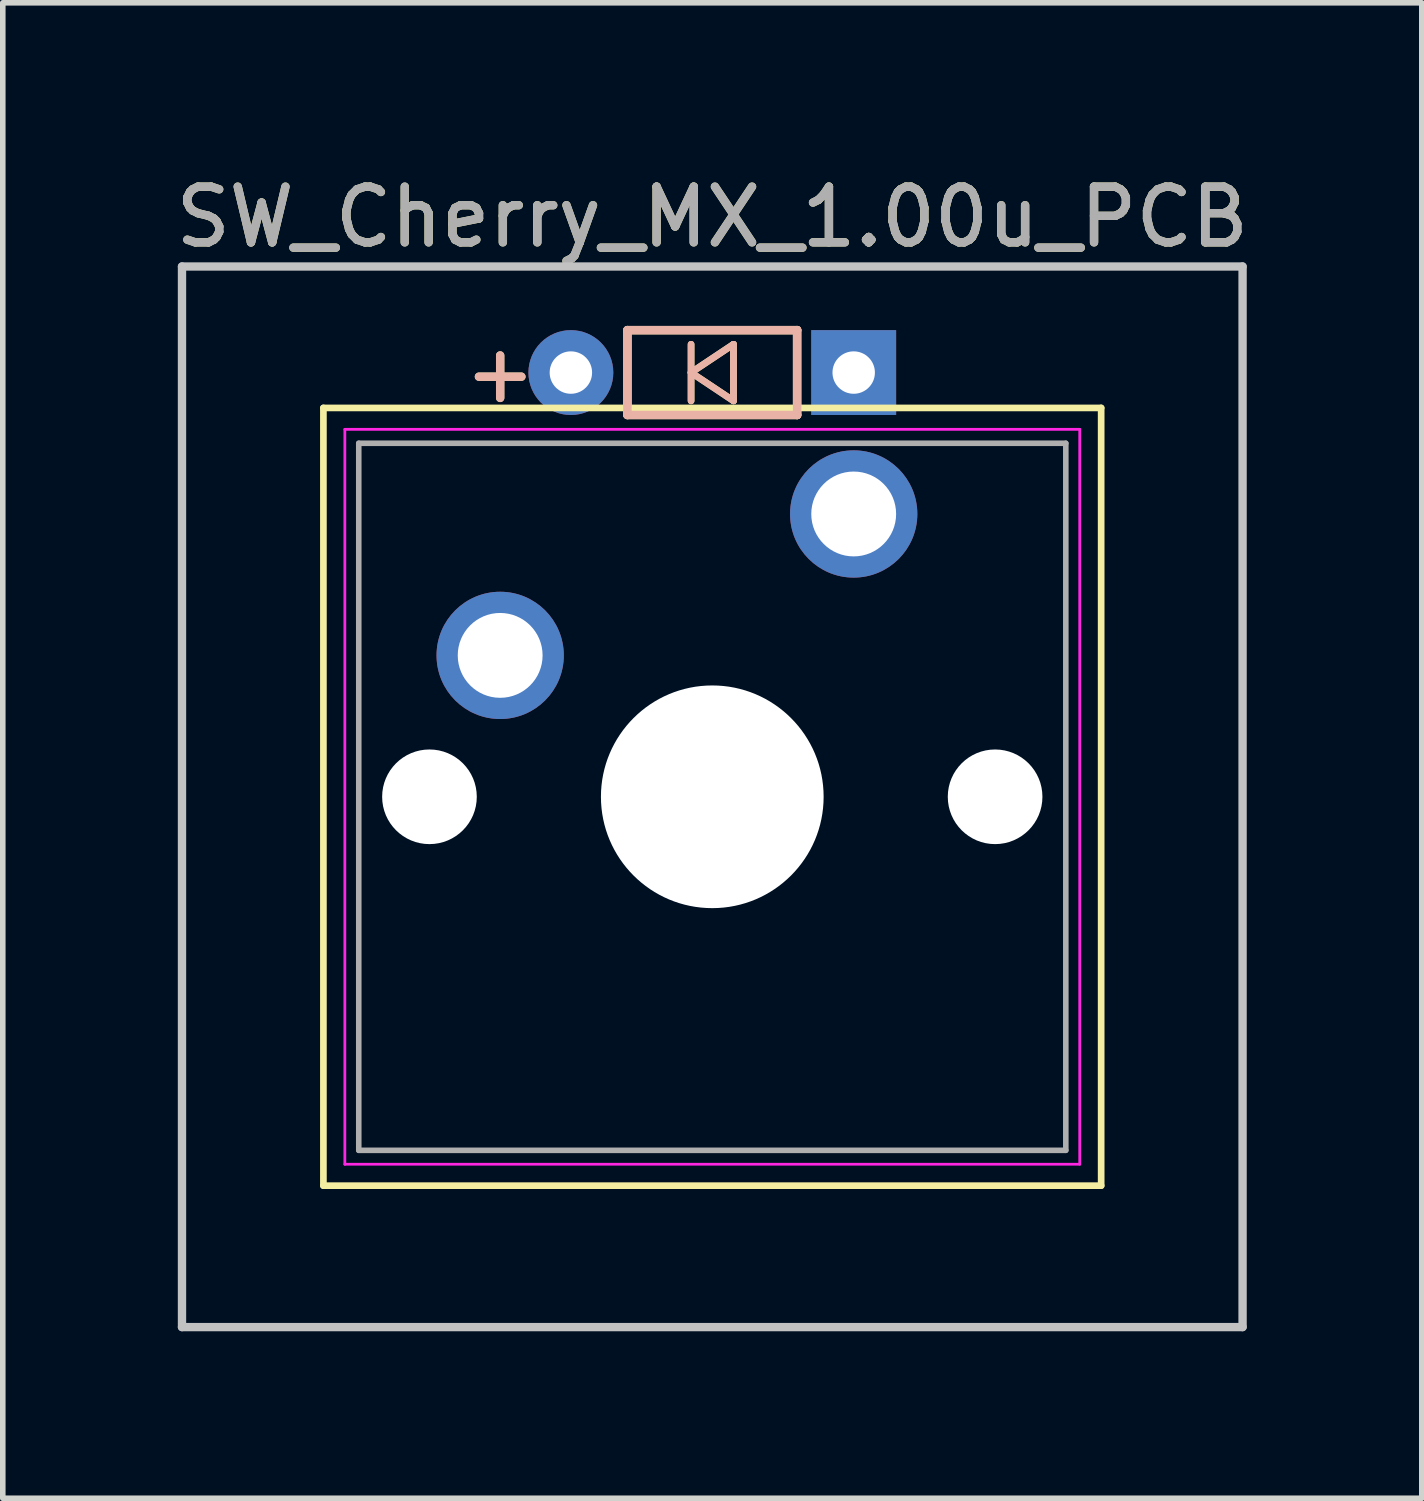
<source format=kicad_pcb>
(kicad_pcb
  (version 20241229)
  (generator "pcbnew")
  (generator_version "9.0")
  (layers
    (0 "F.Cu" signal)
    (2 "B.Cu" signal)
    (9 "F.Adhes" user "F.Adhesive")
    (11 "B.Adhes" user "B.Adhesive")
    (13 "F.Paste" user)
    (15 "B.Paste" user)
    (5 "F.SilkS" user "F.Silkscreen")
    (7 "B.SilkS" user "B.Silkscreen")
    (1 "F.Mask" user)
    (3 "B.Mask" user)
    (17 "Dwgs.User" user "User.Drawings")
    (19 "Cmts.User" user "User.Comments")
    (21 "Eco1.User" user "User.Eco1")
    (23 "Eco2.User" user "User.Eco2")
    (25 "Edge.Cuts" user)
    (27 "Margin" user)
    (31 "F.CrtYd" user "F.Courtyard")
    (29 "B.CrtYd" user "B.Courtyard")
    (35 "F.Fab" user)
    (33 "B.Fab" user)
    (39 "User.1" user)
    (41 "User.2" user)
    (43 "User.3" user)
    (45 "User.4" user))
  (footprint "SW_Cherry_MX_1.00u_PCB"
    (layer "F.Cu")
    (at 12.284 6.182)
    (property "Reference" "SW_Cherry_MX_1.00u_PCB" (at -2.54 -5.334 0) (layer "F.SilkS") (effects (font (size 1 1) (thickness 0.15))))
    (attr through_hole)
    (fp_line (start -9.525 -1.905) (end 4.445 -1.905) (stroke (width 0.12) (type solid)) (layer "F.SilkS"))
    (fp_line (start -9.525 12.065) (end -9.525 -1.905) (stroke (width 0.12) (type solid)) (layer "F.SilkS"))
    (fp_line (start -4.064 -3.302) (end -4.064 -1.778) (stroke (width 0.152) (type solid)) (layer "F.SilkS"))
    (fp_line (start -4.064 -1.778) (end -1.016 -1.778) (stroke (width 0.152) (type solid)) (layer "F.SilkS"))
    (fp_line (start -2.921 -3.048) (end -2.921 -2.032) (stroke (width 0.12) (type solid)) (layer "F.SilkS"))
    (fp_line (start -2.921 -2.54) (end -2.159 -3.048) (stroke (width 0.12) (type solid)) (layer "F.SilkS"))
    (fp_line (start -2.159 -3.048) (end -2.159 -2.032) (stroke (width 0.12) (type solid)) (layer "F.SilkS"))
    (fp_line (start -2.159 -2.032) (end -2.921 -2.54) (stroke (width 0.12) (type solid)) (layer "F.SilkS"))
    (fp_line (start -1.016 -3.302) (end -4.064 -3.302) (stroke (width 0.152) (type solid)) (layer "F.SilkS"))
    (fp_line (start -1.016 -1.778) (end -1.016 -3.302) (stroke (width 0.152) (type solid)) (layer "F.SilkS"))
    (fp_line (start 4.445 -1.905) (end 4.445 12.065) (stroke (width 0.12) (type solid)) (layer "F.SilkS"))
    (fp_line (start 4.445 12.065) (end -9.525 12.065) (stroke (width 0.12) (type solid)) (layer "F.SilkS"))
    (fp_line (start -4.064 -3.302) (end -4.064 -1.778) (stroke (width 0.152) (type solid)) (layer "B.SilkS"))
    (fp_line (start -4.064 -1.778) (end -1.016 -1.778) (stroke (width 0.152) (type solid)) (layer "B.SilkS"))
    (fp_line (start -2.921 -3.048) (end -2.921 -2.032) (stroke (width 0.12) (type solid)) (layer "B.SilkS"))
    (fp_line (start -2.921 -2.54) (end -2.159 -2.032) (stroke (width 0.12) (type solid)) (layer "B.SilkS"))
    (fp_line (start -2.159 -3.048) (end -2.921 -2.54) (stroke (width 0.12) (type solid)) (layer "B.SilkS"))
    (fp_line (start -2.159 -2.032) (end -2.159 -3.048) (stroke (width 0.12) (type solid)) (layer "B.SilkS"))
    (fp_line (start -1.016 -3.302) (end -4.064 -3.302) (stroke (width 0.152) (type solid)) (layer "B.SilkS"))
    (fp_line (start -1.016 -1.778) (end -1.016 -3.302) (stroke (width 0.152) (type solid)) (layer "B.SilkS"))
    (fp_line (start -12.065 -4.445) (end 6.985 -4.445) (stroke (width 0.15) (type solid)) (layer "Dwgs.User"))
    (fp_line (start -12.065 14.605) (end -12.065 -4.445) (stroke (width 0.15) (type solid)) (layer "Dwgs.User"))
    (fp_line (start 6.985 -4.445) (end 6.985 14.605) (stroke (width 0.15) (type solid)) (layer "Dwgs.User"))
    (fp_line (start 6.985 14.605) (end -12.065 14.605) (stroke (width 0.15) (type solid)) (layer "Dwgs.User"))
    (fp_line (start -9.14 -1.52) (end 4.06 -1.52) (stroke (width 0.05) (type solid)) (layer "F.CrtYd"))
    (fp_line (start -9.14 11.68) (end -9.14 -1.52) (stroke (width 0.05) (type solid)) (layer "F.CrtYd"))
    (fp_line (start 4.06 -1.52) (end 4.06 11.68) (stroke (width 0.05) (type solid)) (layer "F.CrtYd"))
    (fp_line (start 4.06 11.68) (end -9.14 11.68) (stroke (width 0.05) (type solid)) (layer "F.CrtYd"))
    (fp_line (start -8.89 -1.27) (end 3.81 -1.27) (stroke (width 0.1) (type solid)) (layer "F.Fab"))
    (fp_line (start -8.89 11.43) (end -8.89 -1.27) (stroke (width 0.1) (type solid)) (layer "F.Fab"))
    (fp_line (start 3.81 -1.27) (end 3.81 11.43) (stroke (width 0.1) (type solid)) (layer "F.Fab"))
    (fp_line (start 3.81 11.43) (end -8.89 11.43) (stroke (width 0.1) (type solid)) (layer "F.Fab"))
    (fp_text user "+" (at -6.35 -2.54 0) (layer "F.SilkS") (effects (font (size 1 1) (thickness 0.15))))
    (fp_text user "+" (at -6.35 -2.54 0) (layer "B.SilkS") (effects (font (size 1 1) (thickness 0.15))))
    (fp_text user "${REFERENCE}" (at -2.54 -5.334 0) (layer "F.Fab") (effects (font (size 1 1) (thickness 0.15))))
    (pad "" np_thru_hole circle (at -7.62 5.08) (size 1.7 1.7) (drill 1.7) (layers "*.Cu" "*.Mask"))
    (pad "" np_thru_hole circle (at -2.54 5.08) (size 4 4) (drill 4) (layers "*.Cu" "*.Mask"))
    (pad "" np_thru_hole circle (at 2.54 5.08) (size 1.7 1.7) (drill 1.7) (layers "*.Cu" "*.Mask"))
    (pad "1" thru_hole circle (at 0 0) (size 2.286 2.286) (drill 1.524) (layers "*.Cu" "*.Mask"))
    (pad "2" thru_hole circle (at -6.35 2.54) (size 2.286 2.286) (drill 1.524) (layers "*.Cu" "*.Mask"))
    (pad "3" thru_hole rect (at 0 -2.54) (size 1.524 1.524) (drill 0.762) (layers "*.Cu" "*.Mask"))
    (pad "4" thru_hole circle (at -5.08 -2.54) (size 1.524 1.524) (drill 0.762) (layers "*.Cu" "*.Mask")))
  (gr_rect
    (start -3 -3)
    (end 22.488 23.862)
    (stroke (width 0.1) (type default))
    (fill no)
    (layer "Edge.Cuts")))
</source>
